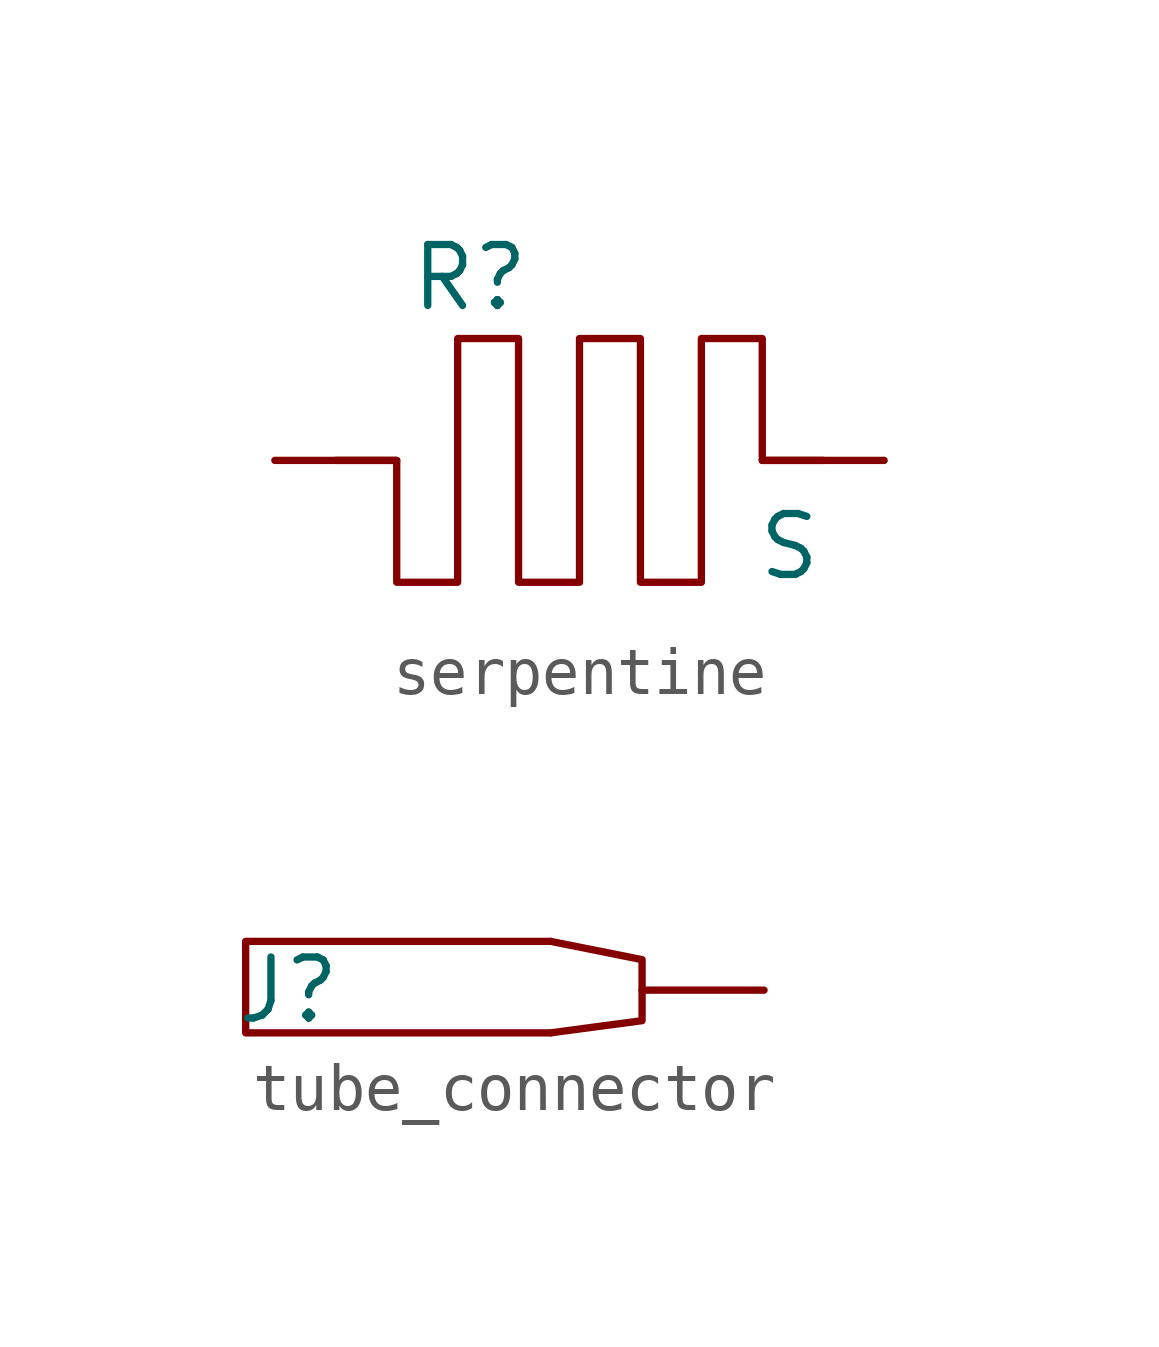
<source format=kicad_sym>
(kicad_symbol_lib
  (version 20231120)
  (generator "kicad_symbol_editor")
  (generator_version "8.0")
  (symbol "serpentine"
    (pin_numbers hide)
    (pin_names hide)
    (property "Reference" "R"
      (at -2.286 3.81 0)
      (effects (font (size 1.27 1.27))))
    (property "Value" "S"
      (at 5.08 -2.54 0)
      (effects (font (size 1.27 1.27)) (justify right bottom)))
    (symbol "serpentine_0_1"
      (polyline (pts (xy -5.08 0) (xy -3.81 0) (xy -3.81 -2.54) (xy -2.54 -2.54) (xy -2.54 2.54) (xy -1.27 2.54) (xy -1.27 -2.54) (xy 0 -2.54) (xy 0 2.54) (xy 1.27 2.54) (xy 1.27 -2.54) (xy 2.54 -2.54) (xy 2.54 2.54) (xy 3.81 2.54) (xy 3.81 0) (xy 5.08 0)) (stroke (width 0) (type default)) (fill (type none))))
    (symbol "serpentine_1_1"
      (pin passive line (at -6.35 0 0) (length 2.54) (name "in" (effects (font (size 1.27 1.27)))) (number "1" (effects (font (size 1.27 1.27)))))
      (pin passive line (at 6.35 0 180) (length 2.54) (name "out" (effects (font (size 1.27 1.27)))) (number "2" (effects (font (size 1.27 1.27)))))))
  (symbol "tube_connector"
    (pin_numbers hide)
    (pin_names hide)
    (property "Reference" "J"
      (at -7.366 0 0)
      (effects (font (size 1.27 1.27))))
    (property "Value" ""
      (at -2.54 0 0)
      (effects (font (size 1.27 1.27))))
    (symbol "tube_connector_0_1"
      (polyline (pts (xy -1.905 1.016) (xy -8.255 1.016) (xy -8.255 -0.889) (xy -1.905 -0.889)) (stroke (width 0) (type default)) (fill (type none)))
      (polyline (pts (xy -1.905 1.016) (xy 0 0.635) (xy 0 -0.635) (xy -1.905 -0.889)) (stroke (width 0) (type default)) (fill (type none))))
    (symbol "tube_connector_1_1"
      (pin passive line (at 2.54 0 180) (length 2.54) (name "connect" (effects (font (size 1.27 1.27)))) (number "1" (effects (font (size 1.27 1.27))))))))
</source>
